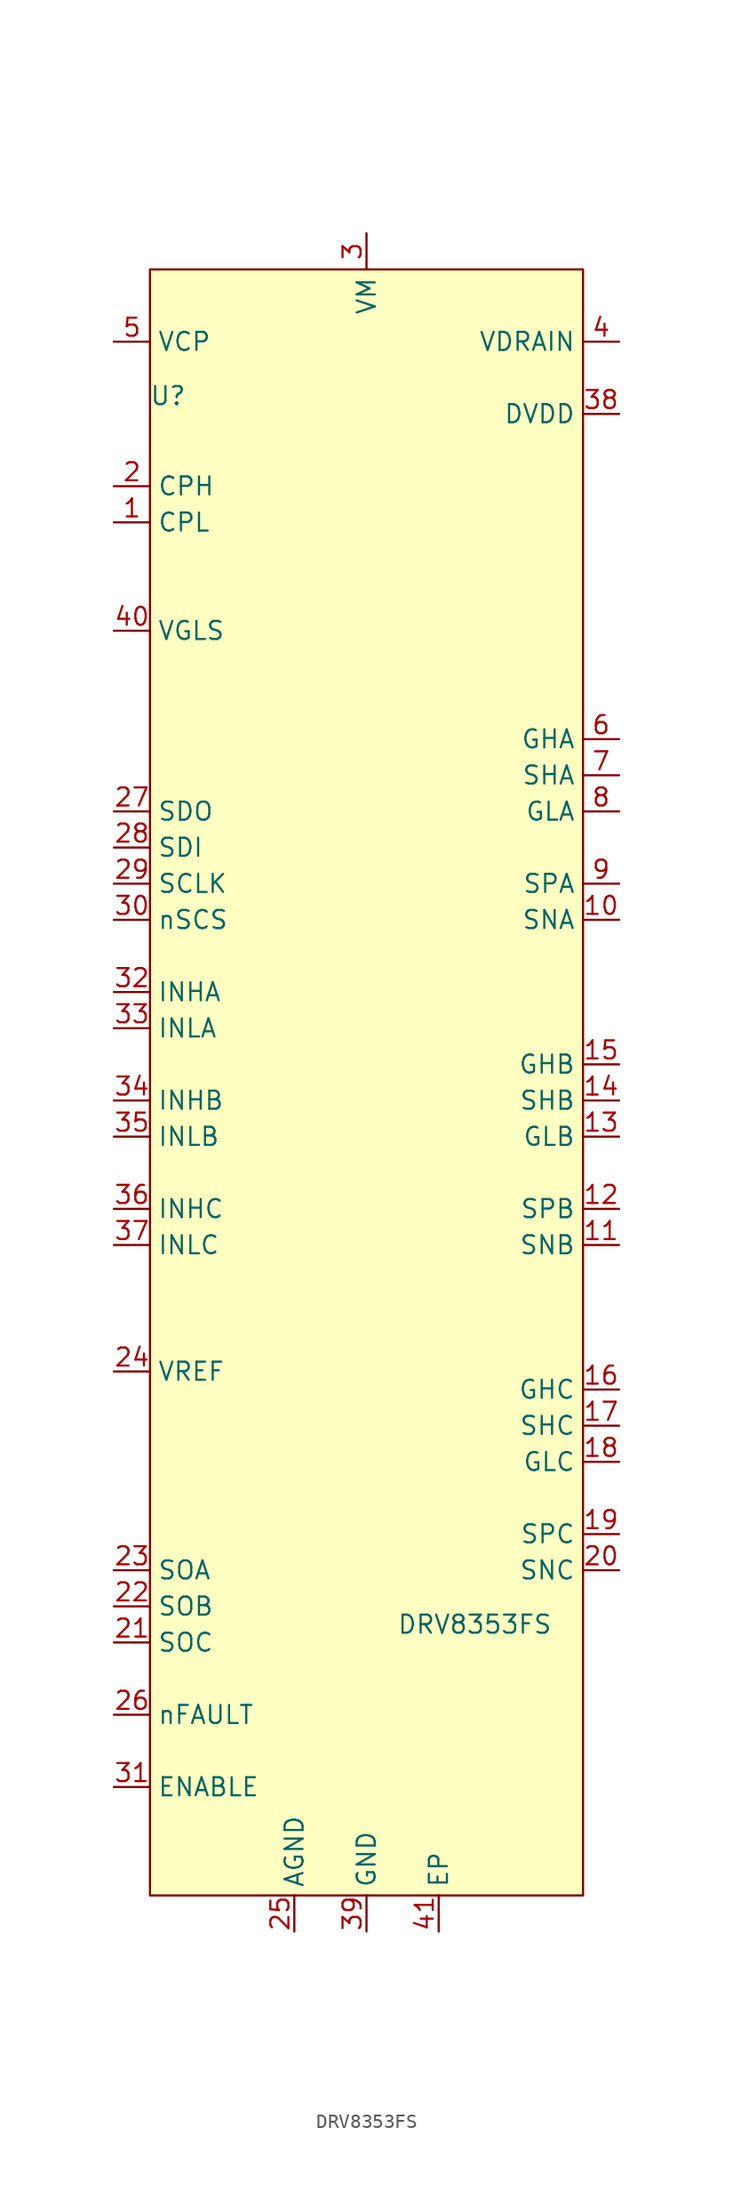
<source format=kicad_sym>
(kicad_symbol_lib
  (version 20220914)
  (generator kicad_symbol_editor)
  (symbol "DRV8353FS"
    (property "Reference" "U"
      (at -13.97 86.36 0)
      (effects (font (size 1.27 1.27))))
    (property "Value" "DRV8353FS"
      (at 7.62 0 0)
      (effects (font (size 1.27 1.27))))
    (symbol "DRV8353FS_1_1"
      (rectangle (start -15.24 95.25) (end 15.24 -19.05) (stroke (width 0) (type default)) (fill (type background)))
      (pin passive line (at -17.78 77.47 0) (length 2.54) (name "CPL" (effects (font (size 1.27 1.27)))) (number "1" (effects (font (size 1.27 1.27)))))
      (pin input line (at 17.78 49.53 180) (length 2.54) (name "SNA" (effects (font (size 1.27 1.27)))) (number "10" (effects (font (size 1.27 1.27)))))
      (pin input line (at 17.78 26.67 180) (length 2.54) (name "SNB" (effects (font (size 1.27 1.27)))) (number "11" (effects (font (size 1.27 1.27)))))
      (pin input line (at 17.78 29.21 180) (length 2.54) (name "SPB" (effects (font (size 1.27 1.27)))) (number "12" (effects (font (size 1.27 1.27)))))
      (pin output line (at 17.78 34.29 180) (length 2.54) (name "GLB" (effects (font (size 1.27 1.27)))) (number "13" (effects (font (size 1.27 1.27)))))
      (pin input line (at 17.78 36.83 180) (length 2.54) (name "SHB" (effects (font (size 1.27 1.27)))) (number "14" (effects (font (size 1.27 1.27)))))
      (pin output line (at 17.78 39.37 180) (length 2.54) (name "GHB" (effects (font (size 1.27 1.27)))) (number "15" (effects (font (size 1.27 1.27)))))
      (pin output line (at 17.78 16.51 180) (length 2.54) (name "GHC" (effects (font (size 1.27 1.27)))) (number "16" (effects (font (size 1.27 1.27)))))
      (pin input line (at 17.78 13.97 180) (length 2.54) (name "SHC" (effects (font (size 1.27 1.27)))) (number "17" (effects (font (size 1.27 1.27)))))
      (pin output line (at 17.78 11.43 180) (length 2.54) (name "GLC" (effects (font (size 1.27 1.27)))) (number "18" (effects (font (size 1.27 1.27)))))
      (pin input line (at 17.78 6.35 180) (length 2.54) (name "SPC" (effects (font (size 1.27 1.27)))) (number "19" (effects (font (size 1.27 1.27)))))
      (pin passive line (at -17.78 80.01 0) (length 2.54) (name "CPH" (effects (font (size 1.27 1.27)))) (number "2" (effects (font (size 1.27 1.27)))))
      (pin input line (at 17.78 3.81 180) (length 2.54) (name "SNC" (effects (font (size 1.27 1.27)))) (number "20" (effects (font (size 1.27 1.27)))))
      (pin output line (at -17.78 -1.27 0) (length 2.54) (name "SOC" (effects (font (size 1.27 1.27)))) (number "21" (effects (font (size 1.27 1.27)))))
      (pin output line (at -17.78 1.27 0) (length 2.54) (name "SOB" (effects (font (size 1.27 1.27)))) (number "22" (effects (font (size 1.27 1.27)))))
      (pin output line (at -17.78 3.81 0) (length 2.54) (name "SOA" (effects (font (size 1.27 1.27)))) (number "23" (effects (font (size 1.27 1.27)))))
      (pin power_in line (at -17.78 17.78 0) (length 2.54) (name "VREF" (effects (font (size 1.27 1.27)))) (number "24" (effects (font (size 1.27 1.27)))))
      (pin power_in line (at -5.08 -21.59 90) (length 2.54) (name "AGND" (effects (font (size 1.27 1.27)))) (number "25" (effects (font (size 1.27 1.27)))))
      (pin open_collector line (at -17.78 -6.35 0) (length 2.54) (name "nFAULT" (effects (font (size 1.27 1.27)))) (number "26" (effects (font (size 1.27 1.27)))))
      (pin open_collector line (at -17.78 57.15 0) (length 2.54) (name "SDO" (effects (font (size 1.27 1.27)))) (number "27" (effects (font (size 1.27 1.27)))))
      (pin input line (at -17.78 54.61 0) (length 2.54) (name "SDI" (effects (font (size 1.27 1.27)))) (number "28" (effects (font (size 1.27 1.27)))))
      (pin input line (at -17.78 52.07 0) (length 2.54) (name "SCLK" (effects (font (size 1.27 1.27)))) (number "29" (effects (font (size 1.27 1.27)))))
      (pin power_in line (at 0 97.79 270) (length 2.54) (name "VM" (effects (font (size 1.27 1.27)))) (number "3" (effects (font (size 1.27 1.27)))))
      (pin input line (at -17.78 49.53 0) (length 2.54) (name "nSCS" (effects (font (size 1.27 1.27)))) (number "30" (effects (font (size 1.27 1.27)))))
      (pin input line (at -17.78 -11.43 0) (length 2.54) (name "ENABLE" (effects (font (size 1.27 1.27)))) (number "31" (effects (font (size 1.27 1.27)))))
      (pin input line (at -17.78 44.45 0) (length 2.54) (name "INHA" (effects (font (size 1.27 1.27)))) (number "32" (effects (font (size 1.27 1.27)))))
      (pin input line (at -17.78 41.91 0) (length 2.54) (name "INLA" (effects (font (size 1.27 1.27)))) (number "33" (effects (font (size 1.27 1.27)))))
      (pin input line (at -17.78 36.83 0) (length 2.54) (name "INHB" (effects (font (size 1.27 1.27)))) (number "34" (effects (font (size 1.27 1.27)))))
      (pin input line (at -17.78 34.29 0) (length 2.54) (name "INLB" (effects (font (size 1.27 1.27)))) (number "35" (effects (font (size 1.27 1.27)))))
      (pin input line (at -17.78 29.21 0) (length 2.54) (name "INHC" (effects (font (size 1.27 1.27)))) (number "36" (effects (font (size 1.27 1.27)))))
      (pin input line (at -17.78 26.67 0) (length 2.54) (name "INLC" (effects (font (size 1.27 1.27)))) (number "37" (effects (font (size 1.27 1.27)))))
      (pin power_out line (at 17.78 85.09 180) (length 2.54) (name "DVDD" (effects (font (size 1.27 1.27)))) (number "38" (effects (font (size 1.27 1.27)))))
      (pin power_in line (at 0 -21.59 90) (length 2.54) (name "GND" (effects (font (size 1.27 1.27)))) (number "39" (effects (font (size 1.27 1.27)))))
      (pin input line (at 17.78 90.17 180) (length 2.54) (name "VDRAIN" (effects (font (size 1.27 1.27)))) (number "4" (effects (font (size 1.27 1.27)))))
      (pin passive line (at -17.78 69.85 0) (length 2.54) (name "VGLS" (effects (font (size 1.27 1.27)))) (number "40" (effects (font (size 1.27 1.27)))))
      (pin passive line (at 5.08 -21.59 90) (length 2.54) (name "EP" (effects (font (size 1.27 1.27)))) (number "41" (effects (font (size 1.27 1.27)))))
      (pin passive line (at -17.78 90.17 0) (length 2.54) (name "VCP" (effects (font (size 1.27 1.27)))) (number "5" (effects (font (size 1.27 1.27)))))
      (pin output line (at 17.78 62.23 180) (length 2.54) (name "GHA" (effects (font (size 1.27 1.27)))) (number "6" (effects (font (size 1.27 1.27)))))
      (pin input line (at 17.78 59.69 180) (length 2.54) (name "SHA" (effects (font (size 1.27 1.27)))) (number "7" (effects (font (size 1.27 1.27)))))
      (pin output line (at 17.78 57.15 180) (length 2.54) (name "GLA" (effects (font (size 1.27 1.27)))) (number "8" (effects (font (size 1.27 1.27)))))
      (pin input line (at 17.78 52.07 180) (length 2.54) (name "SPA" (effects (font (size 1.27 1.27)))) (number "9" (effects (font (size 1.27 1.27))))))))
</source>
